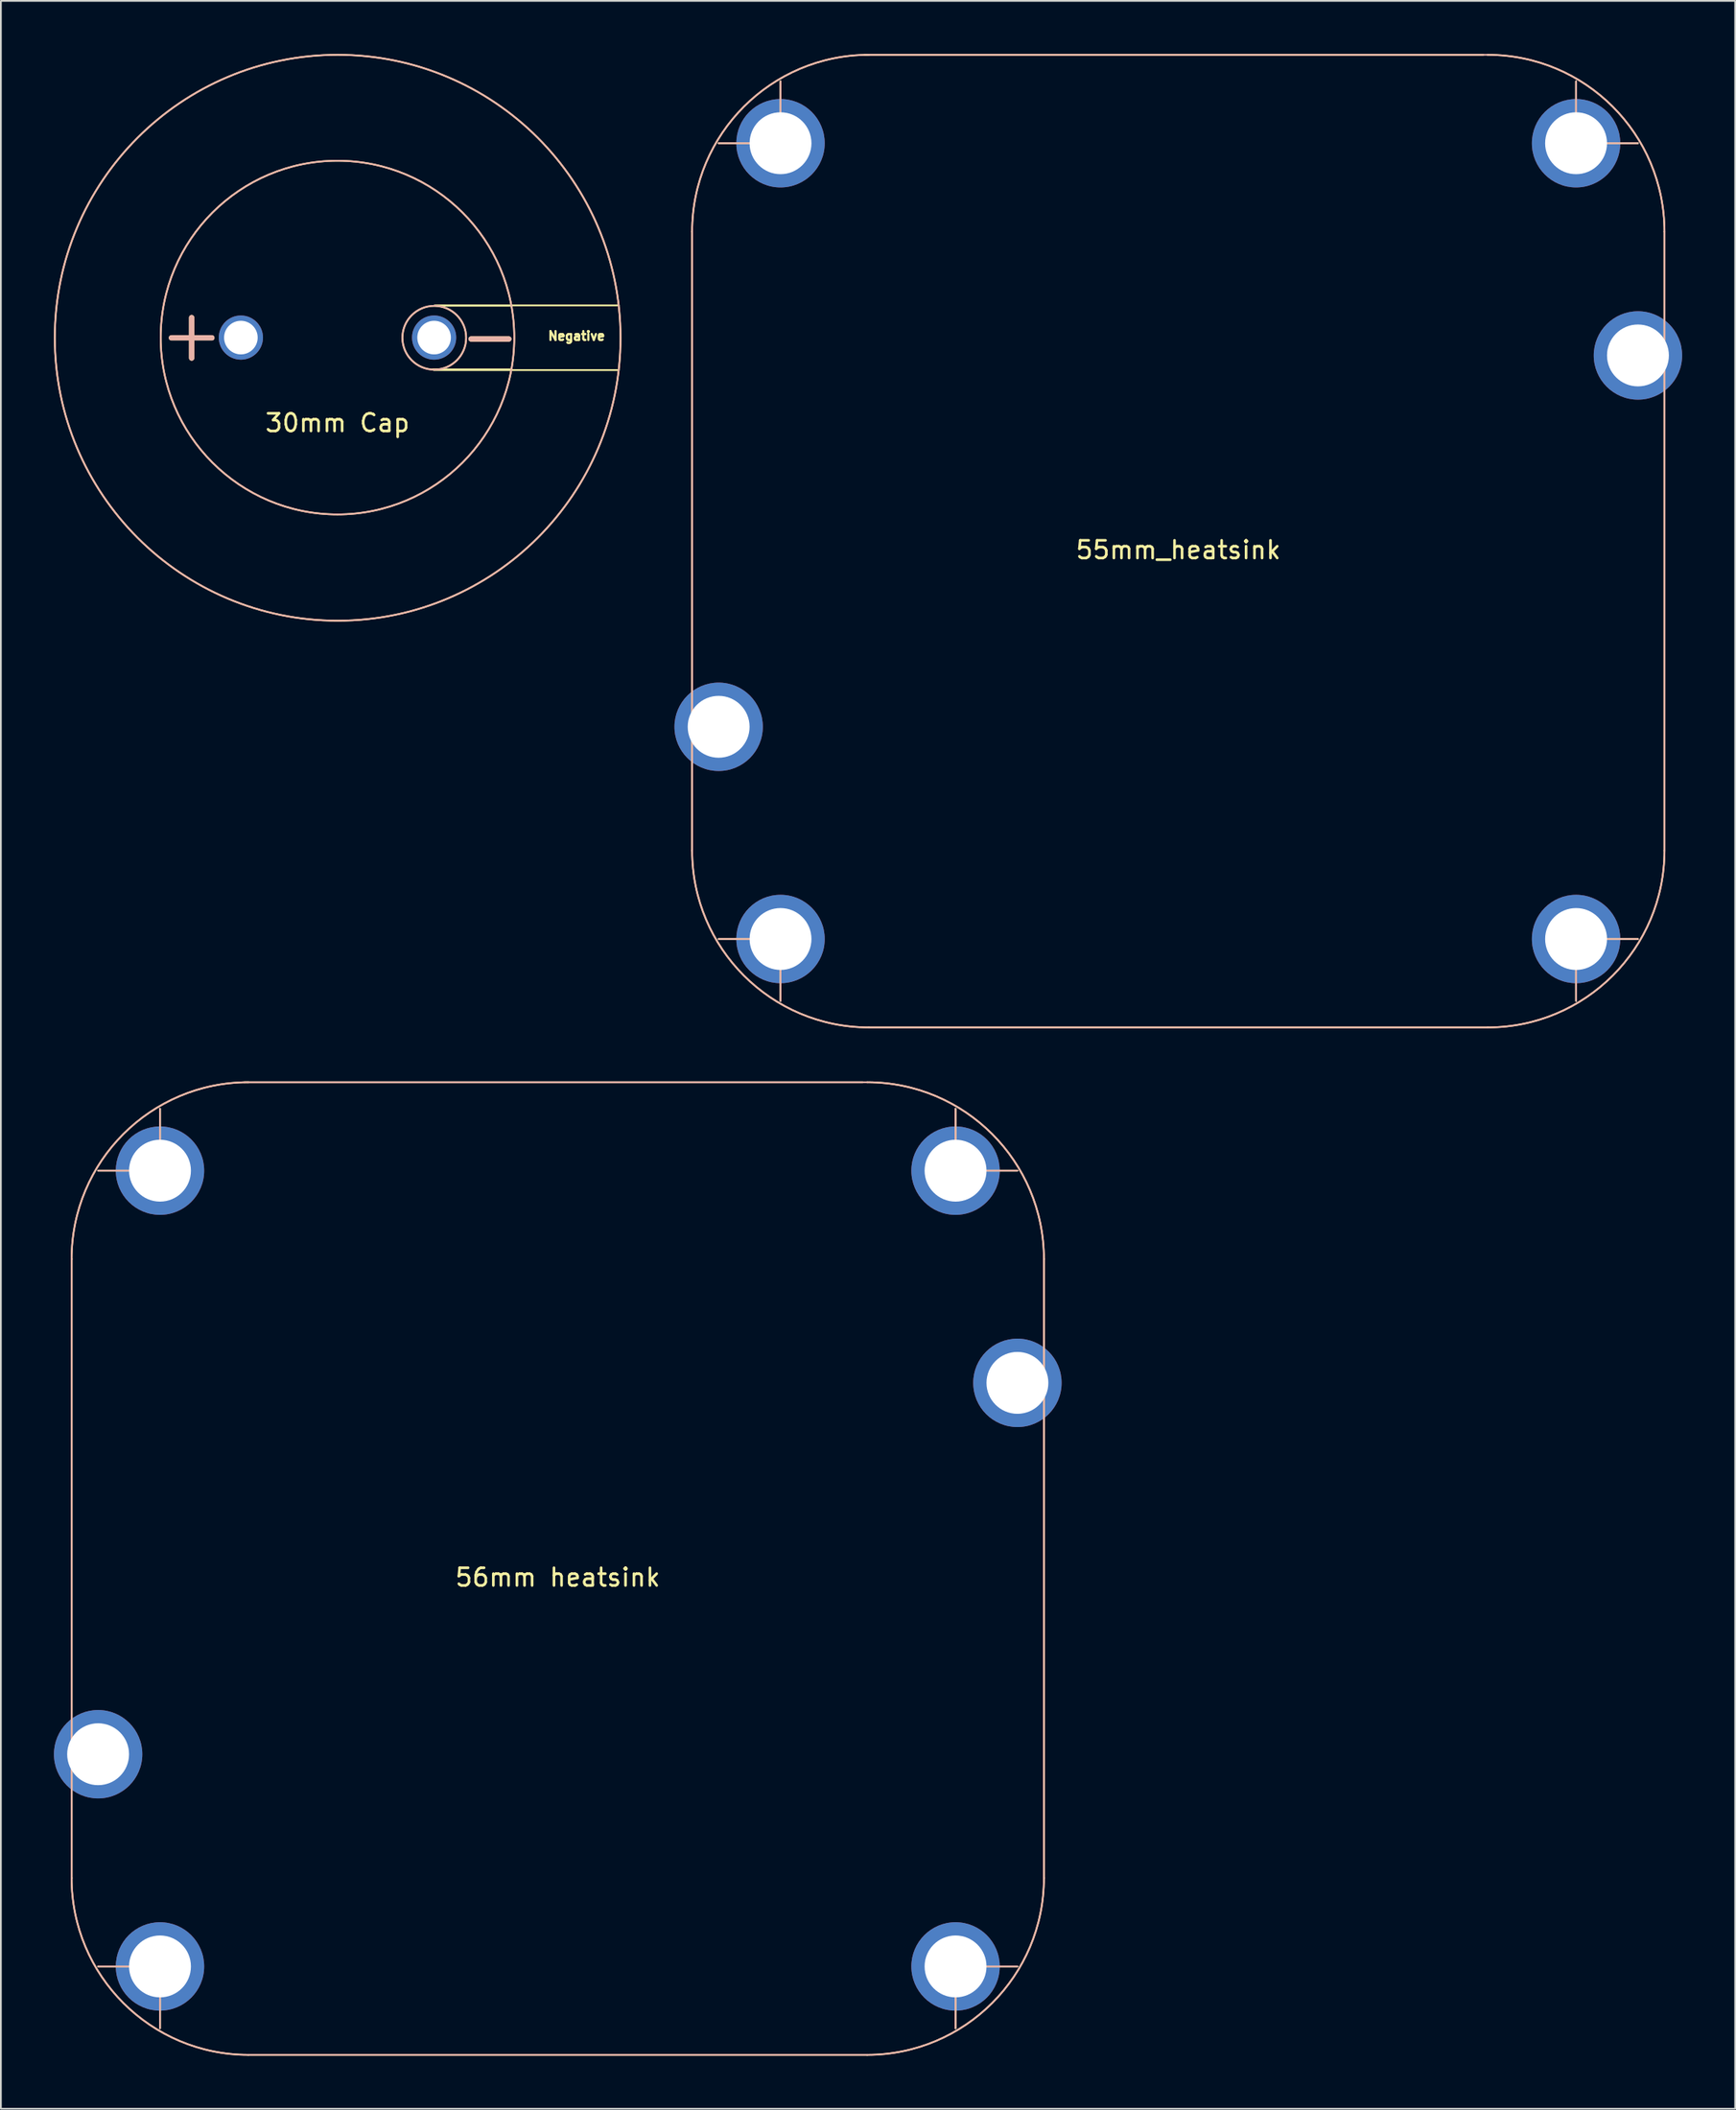
<source format=kicad_pcb>
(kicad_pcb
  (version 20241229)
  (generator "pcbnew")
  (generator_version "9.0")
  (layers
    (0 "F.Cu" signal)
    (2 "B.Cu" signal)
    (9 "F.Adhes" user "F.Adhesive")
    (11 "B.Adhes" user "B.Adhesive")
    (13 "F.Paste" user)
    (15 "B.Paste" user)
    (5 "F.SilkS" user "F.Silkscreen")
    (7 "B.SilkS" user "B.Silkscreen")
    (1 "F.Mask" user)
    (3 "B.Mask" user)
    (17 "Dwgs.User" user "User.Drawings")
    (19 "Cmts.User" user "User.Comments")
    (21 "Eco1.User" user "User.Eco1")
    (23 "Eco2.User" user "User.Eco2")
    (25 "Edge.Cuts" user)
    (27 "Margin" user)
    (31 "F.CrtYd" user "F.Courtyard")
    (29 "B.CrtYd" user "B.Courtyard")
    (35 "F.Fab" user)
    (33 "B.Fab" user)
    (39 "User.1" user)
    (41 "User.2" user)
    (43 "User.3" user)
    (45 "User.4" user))
  (footprint "30mm Cap"
    (layer "F.Cu")
    (at 16.05 16.05)
    (property "Reference" "30mm Cap" (at -0.01 4.816 0) (layer "F.SilkS") (effects (font (size 1 1) (thickness 0.15))))
    (attr through_hole)
    (fp_line (start 5.436 1.829) (end 15.9 1.829) (stroke (width 0.1) (type solid)) (layer "F.SilkS"))
    (fp_line (start 5.486 -1.829) (end 15.9 -1.829) (stroke (width 0.1) (type solid)) (layer "F.SilkS"))
    (fp_line (start 9.79 -1.81) (end 5.59 -1.81) (stroke (width 0.1) (type solid)) (layer "F.SilkS"))
    (fp_line (start 9.79 1.79) (end 5.39 1.79) (stroke (width 0.1) (type solid)) (layer "F.SilkS"))
    (fp_circle (center -0.01 -0.01) (end -0.01 -10.01) (stroke (width 0.1) (type solid)) (fill no) (layer "F.SilkS"))
    (fp_circle (center 0 0) (end 16 0) (stroke (width 0.1) (type solid)) (fill no) (layer "F.SilkS"))
    (fp_circle (center 5.465 0) (end 7.265 0) (stroke (width 0.1) (type solid)) (fill no) (layer "F.SilkS"))
    (fp_circle (center -0.01 -0.01) (end 9.99 -0.01) (stroke (width 0.1) (type solid)) (fill no) (layer "B.SilkS"))
    (fp_circle (center 0 0) (end 16 0) (stroke (width 0.1) (type solid)) (fill no) (layer "B.SilkS"))
    (fp_circle (center 5.465 0) (end 7.215 0.45) (stroke (width 0.1) (type solid)) (fill no) (layer "B.SilkS"))
    (fp_text user "-" (at 8.615 -0.65 0) (layer "F.SilkS") (effects (font (size 9 2.8) (thickness 0.3))))
    (fp_text user "Negative" (at 13.513 -0.102 0) (layer "F.SilkS") (effects (font (size 0.5 0.5) (thickness 0.125))))
    (fp_text user "+" (at -8.26 -0.225 0) (layer "F.SilkS") (effects (font (size 3 3) (thickness 0.3))))
    (fp_text user "-" (at 8.615 -0.65 0) (layer "B.SilkS") (effects (font (size 9 2.8) (thickness 0.3)) (justify mirror)))
    (fp_text user "+" (at -8.26 -0.225 0) (layer "B.SilkS") (effects (font (size 3 3) (thickness 0.3)) (justify mirror)))
    (pad "1" thru_hole circle (at -5.475 -0.01) (size 2.5 2.5) (drill 1.9) (layers "*.Cu" "*.Mask"))
    (pad "2" thru_hole circle (at 5.455 -0.01) (size 2.5 2.5) (drill 1.9) (layers "*.Cu" "*.Mask")))
  (footprint "56mm heatsink"
    (layer "F.Cu")
    (at 28.5 85.65)
    (property "Reference" "56mm heatsink" (at 0 0.5 0) (layer "F.SilkS") (effects (font (size 1 1) (thickness 0.15))))
    (attr through_hole)
    (fp_line (start -27.5 -17.5) (end -27.5 17.5) (stroke (width 0.1) (type solid)) (layer "F.SilkS"))
    (fp_line (start -27.5 10.5) (end -25.5 10.5) (stroke (width 0.1) (type solid)) (layer "F.SilkS"))
    (fp_line (start -22.5 -22.5) (end -26 -22.5) (stroke (width 0.1) (type solid)) (layer "F.SilkS"))
    (fp_line (start -22.5 -22.5) (end -22.5 -26) (stroke (width 0.1) (type solid)) (layer "F.SilkS"))
    (fp_line (start -22.5 22.5) (end -26 22.5) (stroke (width 0.1) (type solid)) (layer "F.SilkS"))
    (fp_line (start -22.5 22.5) (end -22.5 26) (stroke (width 0.1) (type solid)) (layer "F.SilkS"))
    (fp_line (start -17.5 27.5) (end 17.5 27.5) (stroke (width 0.1) (type solid)) (layer "F.SilkS"))
    (fp_line (start 17.25 -27.5) (end -17.75 -27.5) (stroke (width 0.1) (type solid)) (layer "F.SilkS"))
    (fp_line (start 22.5 -22.5) (end 22.5 -26) (stroke (width 0.1) (type solid)) (layer "F.SilkS"))
    (fp_line (start 22.5 -22.5) (end 26 -22.5) (stroke (width 0.1) (type solid)) (layer "F.SilkS"))
    (fp_line (start 22.5 22.5) (end 22.5 26) (stroke (width 0.1) (type solid)) (layer "F.SilkS"))
    (fp_line (start 22.5 22.5) (end 26 22.5) (stroke (width 0.1) (type solid)) (layer "F.SilkS"))
    (fp_line (start 27.5 -10.5) (end 26 -10.5) (stroke (width 0.1) (type solid)) (layer "F.SilkS"))
    (fp_line (start 27.5 17.5) (end 27.5 -17.5) (stroke (width 0.1) (type solid)) (layer "F.SilkS"))
    (fp_arc (start -27.5 -17.5) (mid -24.571068 -24.571068) (end -17.5 -27.5) (stroke (width 0.1) (type solid)) (layer "F.SilkS"))
    (fp_arc (start -17.5 27.5) (mid -24.571068 24.571068) (end -27.5 17.5) (stroke (width 0.1) (type solid)) (layer "F.SilkS"))
    (fp_arc (start 17.5 -27.5) (mid 24.571068 -24.571068) (end 27.5 -17.5) (stroke (width 0.1) (type solid)) (layer "F.SilkS"))
    (fp_arc (start 27.5 17.5) (mid 24.571068 24.571068) (end 17.5 27.5) (stroke (width 0.1) (type solid)) (layer "F.SilkS"))
    (fp_line (start -27.5 17.5) (end -27.5 -17.5) (stroke (width 0.1) (type solid)) (layer "B.SilkS"))
    (fp_line (start -22.5 -22.5) (end -26 -22.5) (stroke (width 0.1) (type solid)) (layer "B.SilkS"))
    (fp_line (start -22.5 -22.5) (end -22.5 -26) (stroke (width 0.1) (type solid)) (layer "B.SilkS"))
    (fp_line (start -22.5 22.5) (end -26 22.5) (stroke (width 0.1) (type solid)) (layer "B.SilkS"))
    (fp_line (start -22.5 22.5) (end -22.5 26) (stroke (width 0.1) (type solid)) (layer "B.SilkS"))
    (fp_line (start -17.5 -27.5) (end 17.5 -27.5) (stroke (width 0.1) (type solid)) (layer "B.SilkS"))
    (fp_line (start 17.5 27.5) (end -17.5 27.5) (stroke (width 0.1) (type solid)) (layer "B.SilkS"))
    (fp_line (start 22.5 -22.5) (end 22.5 -26) (stroke (width 0.1) (type solid)) (layer "B.SilkS"))
    (fp_line (start 22.5 -22.5) (end 26 -22.5) (stroke (width 0.1) (type solid)) (layer "B.SilkS"))
    (fp_line (start 22.5 22.5) (end 22.5 26) (stroke (width 0.1) (type solid)) (layer "B.SilkS"))
    (fp_line (start 22.5 22.5) (end 26 22.5) (stroke (width 0.1) (type solid)) (layer "B.SilkS"))
    (fp_line (start 27.5 -17.5) (end 27.5 17.5) (stroke (width 0.1) (type solid)) (layer "B.SilkS"))
    (fp_arc (start -27.5 -17.5) (mid -24.571068 -24.571068) (end -17.5 -27.5) (stroke (width 0.1) (type solid)) (layer "B.SilkS"))
    (fp_arc (start -17.5 27.5) (mid -24.571068 24.571068) (end -27.5 17.5) (stroke (width 0.1) (type solid)) (layer "B.SilkS"))
    (fp_arc (start 17.5 -27.5) (mid 24.571068 -24.571068) (end 27.5 -17.5) (stroke (width 0.1) (type solid)) (layer "B.SilkS"))
    (fp_arc (start 27.5 17.5) (mid 24.571068 24.571068) (end 17.5 27.5) (stroke (width 0.1) (type solid)) (layer "B.SilkS"))
    (pad "1" thru_hole circle (at 26 -10.5) (size 5 5) (drill 3.5) (layers "*.Cu" "*.Mask"))
    (pad "2" thru_hole circle (at -26 10.5) (size 5 5) (drill 3.5) (layers "*.Cu" "*.Mask"))
    (pad "3" thru_hole circle (at -22.5 -22.5 180) (size 5 5) (drill 3.5) (layers "*.Cu" "*.Mask"))
    (pad "3" thru_hole circle (at -22.5 22.5 270) (size 5 5) (drill 3.5) (layers "*.Cu" "*.Mask"))
    (pad "3" thru_hole circle (at 22.5 -22.5 90) (size 5 5) (drill 3.5) (layers "*.Cu" "*.Mask"))
    (pad "3" thru_hole circle (at 22.5 22.5) (size 5 5) (drill 3.5) (layers "*.Cu" "*.Mask")))
  (footprint "55mm_heatsink"
    (layer "F.Cu")
    (at 63.6 27.55)
    (property "Reference" "55mm_heatsink" (at 0 0.5 0) (layer "F.SilkS") (effects (font (size 1 1) (thickness 0.15))))
    (attr through_hole)
    (fp_line (start -27.5 -17.5) (end -27.5 17.5) (stroke (width 0.1) (type solid)) (layer "F.SilkS"))
    (fp_line (start -27.5 10.5) (end -25.5 10.5) (stroke (width 0.1) (type solid)) (layer "F.SilkS"))
    (fp_line (start -22.5 -22.5) (end -26 -22.5) (stroke (width 0.1) (type solid)) (layer "F.SilkS"))
    (fp_line (start -22.5 -22.5) (end -22.5 -26) (stroke (width 0.1) (type solid)) (layer "F.SilkS"))
    (fp_line (start -22.5 22.5) (end -26 22.5) (stroke (width 0.1) (type solid)) (layer "F.SilkS"))
    (fp_line (start -22.5 22.5) (end -22.5 26) (stroke (width 0.1) (type solid)) (layer "F.SilkS"))
    (fp_line (start -17.5 27.5) (end 17.5 27.5) (stroke (width 0.1) (type solid)) (layer "F.SilkS"))
    (fp_line (start 17.25 -27.5) (end -17.75 -27.5) (stroke (width 0.1) (type solid)) (layer "F.SilkS"))
    (fp_line (start 22.5 -22.5) (end 22.5 -26) (stroke (width 0.1) (type solid)) (layer "F.SilkS"))
    (fp_line (start 22.5 -22.5) (end 26 -22.5) (stroke (width 0.1) (type solid)) (layer "F.SilkS"))
    (fp_line (start 22.5 22.5) (end 22.5 26) (stroke (width 0.1) (type solid)) (layer "F.SilkS"))
    (fp_line (start 22.5 22.5) (end 26 22.5) (stroke (width 0.1) (type solid)) (layer "F.SilkS"))
    (fp_line (start 27.5 -10.5) (end 26 -10.5) (stroke (width 0.1) (type solid)) (layer "F.SilkS"))
    (fp_line (start 27.5 17.5) (end 27.5 -17.5) (stroke (width 0.1) (type solid)) (layer "F.SilkS"))
    (fp_arc (start -27.5 -17.5) (mid -24.571068 -24.571068) (end -17.5 -27.5) (stroke (width 0.1) (type solid)) (layer "F.SilkS"))
    (fp_arc (start -17.5 27.5) (mid -24.571068 24.571068) (end -27.5 17.5) (stroke (width 0.1) (type solid)) (layer "F.SilkS"))
    (fp_arc (start 17.5 -27.5) (mid 24.571068 -24.571068) (end 27.5 -17.5) (stroke (width 0.1) (type solid)) (layer "F.SilkS"))
    (fp_arc (start 27.5 17.5) (mid 24.571068 24.571068) (end 17.5 27.5) (stroke (width 0.1) (type solid)) (layer "F.SilkS"))
    (fp_line (start -27.5 17.5) (end -27.5 -17.5) (stroke (width 0.1) (type solid)) (layer "B.SilkS"))
    (fp_line (start -22.5 -22.5) (end -26 -22.5) (stroke (width 0.1) (type solid)) (layer "B.SilkS"))
    (fp_line (start -22.5 -22.5) (end -22.5 -26) (stroke (width 0.1) (type solid)) (layer "B.SilkS"))
    (fp_line (start -22.5 22.5) (end -26 22.5) (stroke (width 0.1) (type solid)) (layer "B.SilkS"))
    (fp_line (start -22.5 22.5) (end -22.5 26) (stroke (width 0.1) (type solid)) (layer "B.SilkS"))
    (fp_line (start -17.5 -27.5) (end 17.5 -27.5) (stroke (width 0.1) (type solid)) (layer "B.SilkS"))
    (fp_line (start 17.5 27.5) (end -17.5 27.5) (stroke (width 0.1) (type solid)) (layer "B.SilkS"))
    (fp_line (start 22.5 -22.5) (end 22.5 -26) (stroke (width 0.1) (type solid)) (layer "B.SilkS"))
    (fp_line (start 22.5 -22.5) (end 26 -22.5) (stroke (width 0.1) (type solid)) (layer "B.SilkS"))
    (fp_line (start 22.5 22.5) (end 22.5 26) (stroke (width 0.1) (type solid)) (layer "B.SilkS"))
    (fp_line (start 22.5 22.5) (end 26 22.5) (stroke (width 0.1) (type solid)) (layer "B.SilkS"))
    (fp_line (start 27.5 -17.5) (end 27.5 17.5) (stroke (width 0.1) (type solid)) (layer "B.SilkS"))
    (fp_arc (start -27.5 -17.5) (mid -24.571068 -24.571068) (end -17.5 -27.5) (stroke (width 0.1) (type solid)) (layer "B.SilkS"))
    (fp_arc (start -17.5 27.5) (mid -24.571068 24.571068) (end -27.5 17.5) (stroke (width 0.1) (type solid)) (layer "B.SilkS"))
    (fp_arc (start 17.5 -27.5) (mid 24.571068 -24.571068) (end 27.5 -17.5) (stroke (width 0.1) (type solid)) (layer "B.SilkS"))
    (fp_arc (start 27.5 17.5) (mid 24.571068 24.571068) (end 17.5 27.5) (stroke (width 0.1) (type solid)) (layer "B.SilkS"))
    (pad "1" thru_hole circle (at 26 -10.5) (size 5 5) (drill 3.5) (layers "*.Cu" "*.Mask"))
    (pad "2" thru_hole circle (at -26 10.5) (size 5 5) (drill 3.5) (layers "*.Cu" "*.Mask"))
    (pad "3" thru_hole circle (at -22.5 -22.5 180) (size 5 5) (drill 3.5) (layers "*.Cu" "*.Mask"))
    (pad "3" thru_hole circle (at -22.5 22.5 270) (size 5 5) (drill 3.5) (layers "*.Cu" "*.Mask"))
    (pad "3" thru_hole circle (at 22.5 -22.5 90) (size 5 5) (drill 3.5) (layers "*.Cu" "*.Mask"))
    (pad "3" thru_hole circle (at 22.5 22.5) (size 5 5) (drill 3.5) (layers "*.Cu" "*.Mask")))
  (gr_rect
    (start -3 -3)
    (end 95.1 116.2)
    (stroke (width 0.1) (type default))
    (fill no)
    (layer "Edge.Cuts")))
</source>
